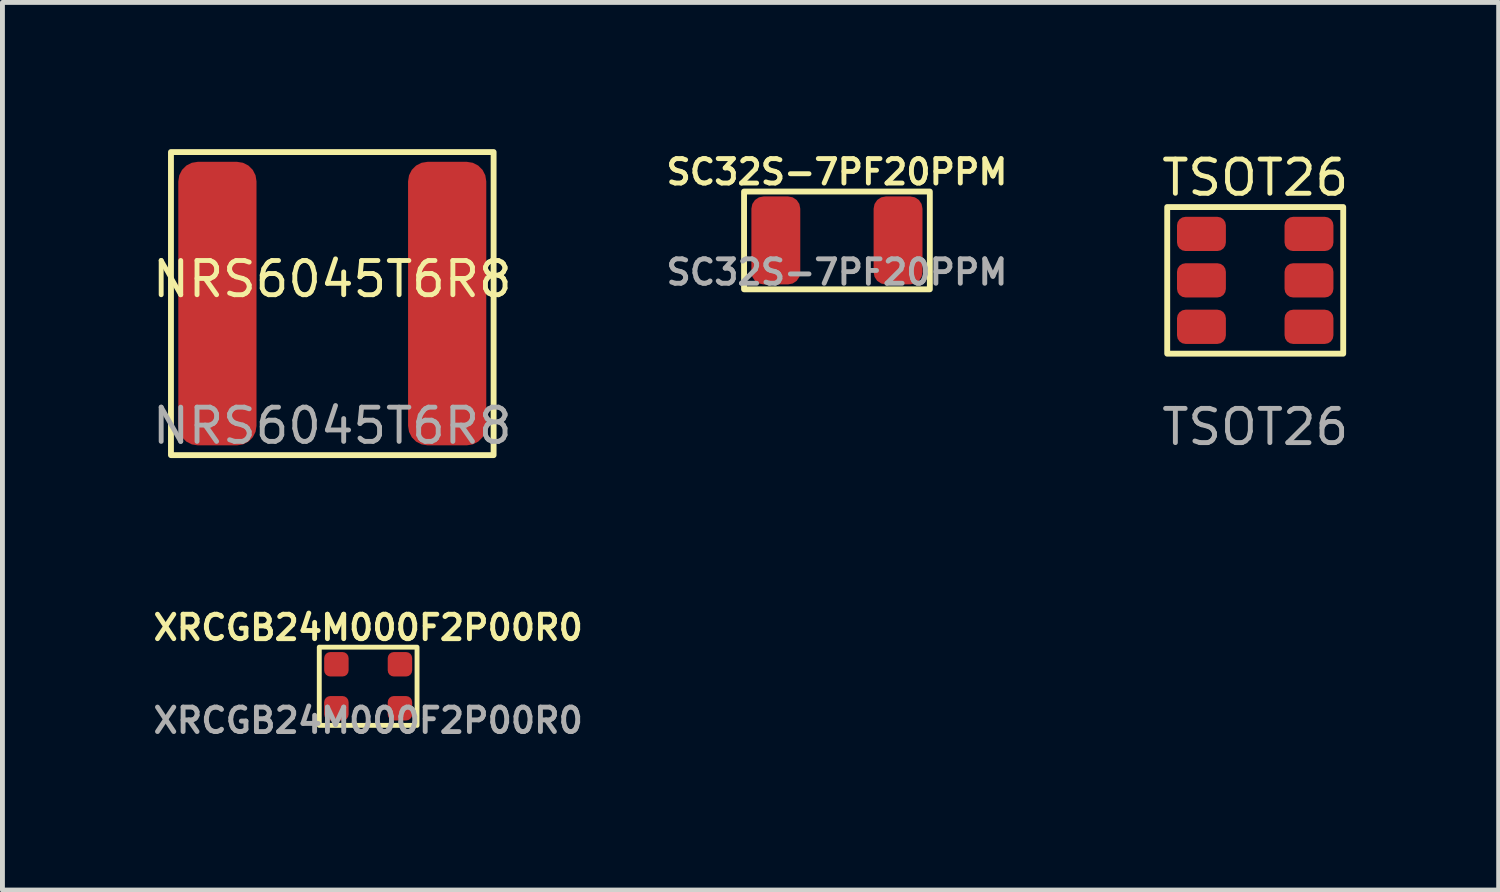
<source format=kicad_pcb>
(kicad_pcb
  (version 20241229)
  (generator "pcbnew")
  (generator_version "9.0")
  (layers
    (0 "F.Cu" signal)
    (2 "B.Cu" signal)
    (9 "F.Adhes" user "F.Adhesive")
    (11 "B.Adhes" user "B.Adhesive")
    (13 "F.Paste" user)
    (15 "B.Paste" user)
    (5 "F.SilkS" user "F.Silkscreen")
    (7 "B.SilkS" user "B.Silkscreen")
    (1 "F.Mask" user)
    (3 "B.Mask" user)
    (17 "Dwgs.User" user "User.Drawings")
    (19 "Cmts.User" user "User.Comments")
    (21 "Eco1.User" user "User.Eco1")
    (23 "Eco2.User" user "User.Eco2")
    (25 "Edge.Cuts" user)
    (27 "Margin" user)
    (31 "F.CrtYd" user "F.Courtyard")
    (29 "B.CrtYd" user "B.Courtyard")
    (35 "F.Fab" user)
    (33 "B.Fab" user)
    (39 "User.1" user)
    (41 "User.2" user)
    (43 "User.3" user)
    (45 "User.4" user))
  (footprint "SC32S-7PF20PPM"
    (layer "F.Cu")
    (at 14.07 1.868)
    (property "Reference" "SC32S-7PF20PPM" (at 0 -1.4 0) (unlocked yes) (layer "F.SilkS") (effects (font (size 0.5 0.5) (thickness 0.1))))
    (attr smd)
    (fp_rect (start -1.9 -1) (end 1.9 1) (stroke (width 0.12) (type solid)) (fill no) (layer "F.SilkS"))
    (fp_text user "${REFERENCE}" (at 0 0.65 0) (unlocked yes) (layer "F.Fab") (effects (font (size 0.5 0.5) (thickness 0.1))))
    (pad "1" smd roundrect (at -1.25 0) (size 1 1.8) (layers "F.Cu" "F.Mask" "F.Paste") (roundrect_rratio 0.25))
    (pad "2" smd roundrect (at 1.25 0) (size 1 1.8) (layers "F.Cu" "F.Mask" "F.Paste") (roundrect_rratio 0.25)))
  (footprint "XRCGB24M000F2P00R0"
    (layer "F.Cu")
    (at 4.481 10.988)
    (property "Reference" "XRCGB24M000F2P00R0" (at 0 -1.2 0) (unlocked yes) (layer "F.SilkS") (effects (font (size 0.5 0.5) (thickness 0.1))))
    (attr smd)
    (fp_rect (start -1 -0.8) (end 1 0.8) (stroke (width 0.1) (type solid)) (fill no) (layer "F.SilkS"))
    (fp_text user "${REFERENCE}" (at 0 0.7 0) (unlocked yes) (layer "F.Fab") (effects (font (size 0.5 0.5) (thickness 0.1))))
    (pad "1" smd roundrect (at -0.65 -0.45) (size 0.5 0.5) (layers "F.Cu" "F.Mask" "F.Paste") (roundrect_rratio 0.25))
    (pad "2" smd roundrect (at 0.65 0.45) (size 0.5 0.5) (layers "F.Cu" "F.Mask" "F.Paste") (roundrect_rratio 0.25))
    (pad "NC" smd roundrect (at -0.65 0.45) (size 0.5 0.5) (layers "F.Cu" "F.Mask" "F.Paste") (roundrect_rratio 0.25))
    (pad "NC" smd roundrect (at 0.65 -0.45) (size 0.5 0.5) (layers "F.Cu" "F.Mask" "F.Paste") (roundrect_rratio 0.25)))
  (footprint "TSOT26"
    (layer "F.Cu")
    (at 22.626 2.685)
    (property "Reference" "TSOT26" (at 0 -2.1 0) (unlocked yes) (layer "F.SilkS") (effects (font (size 0.7 0.7) (thickness 0.1))))
    (attr smd)
    (fp_rect (start -1.8 -1.5) (end 1.8 1.5) (stroke (width 0.12) (type solid)) (fill no) (layer "F.SilkS"))
    (fp_text user "${REFERENCE}" (at 0 3 0) (unlocked yes) (layer "F.Fab") (effects (font (size 0.7 0.7) (thickness 0.1))))
    (pad "1" smd roundrect (at -1.1 -0.95) (size 1 0.7) (layers "F.Cu" "F.Mask" "F.Paste") (roundrect_rratio 0.25))
    (pad "2" smd roundrect (at -1.1 0) (size 1 0.7) (layers "F.Cu" "F.Mask" "F.Paste") (roundrect_rratio 0.25))
    (pad "3" smd roundrect (at -1.1 0.95) (size 1 0.7) (layers "F.Cu" "F.Mask" "F.Paste") (roundrect_rratio 0.25))
    (pad "4" smd roundrect (at 1.1 0.95) (size 1 0.7) (layers "F.Cu" "F.Mask" "F.Paste") (roundrect_rratio 0.25))
    (pad "5" smd roundrect (at 1.1 0) (size 1 0.7) (layers "F.Cu" "F.Mask" "F.Paste") (roundrect_rratio 0.25))
    (pad "6" smd roundrect (at 1.1 -0.95) (size 1 0.7) (layers "F.Cu" "F.Mask" "F.Paste") (roundrect_rratio 0.25)))
  (footprint "NRS6045T6R8"
    (layer "F.Cu")
    (at 3.747 3.16)
    (property "Reference" "NRS6045T6R8" (at 0 -0.5 0) (unlocked yes) (layer "F.SilkS") (effects (font (size 0.7 0.7) (thickness 0.1))))
    (attr smd)
    (fp_rect (start -3.3 -3.1) (end 3.3 3.1) (stroke (width 0.12) (type solid)) (fill no) (layer "F.SilkS"))
    (fp_text user "${REFERENCE}" (at 0 2.5 0) (unlocked yes) (layer "F.Fab") (effects (font (size 0.7 0.7) (thickness 0.1))))
    (pad "1" smd roundrect (at -2.35 0) (size 1.6 5.8) (layers "F.Cu" "F.Mask" "F.Paste") (roundrect_rratio 0.25))
    (pad "2" smd roundrect (at 2.35 0) (size 1.6 5.8) (layers "F.Cu" "F.Mask" "F.Paste") (roundrect_rratio 0.25)))
  (gr_rect
    (start -3 -3)
    (end 27.606 15.156)
    (stroke (width 0.1) (type default))
    (fill no)
    (layer "Edge.Cuts")))
</source>
